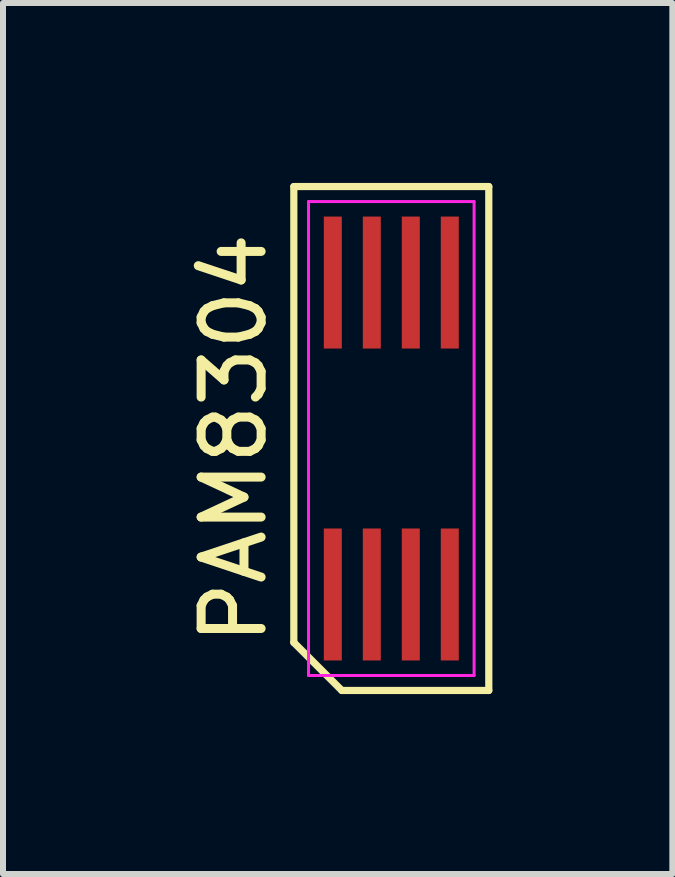
<source format=kicad_pcb>
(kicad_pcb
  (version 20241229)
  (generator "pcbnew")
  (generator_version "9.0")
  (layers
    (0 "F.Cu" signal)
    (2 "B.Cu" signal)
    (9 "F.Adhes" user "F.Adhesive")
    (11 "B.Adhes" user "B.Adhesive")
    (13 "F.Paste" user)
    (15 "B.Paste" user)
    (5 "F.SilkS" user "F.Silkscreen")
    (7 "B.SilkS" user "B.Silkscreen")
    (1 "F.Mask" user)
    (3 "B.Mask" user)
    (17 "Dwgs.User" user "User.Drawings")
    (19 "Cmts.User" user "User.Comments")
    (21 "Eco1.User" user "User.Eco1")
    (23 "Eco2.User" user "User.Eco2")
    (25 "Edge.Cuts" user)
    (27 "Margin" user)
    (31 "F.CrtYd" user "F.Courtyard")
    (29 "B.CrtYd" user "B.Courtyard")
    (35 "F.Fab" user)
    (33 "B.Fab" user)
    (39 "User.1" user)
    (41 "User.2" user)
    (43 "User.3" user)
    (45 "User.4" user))
  (footprint "PAM8304"
    (layer "F.Cu")
    (at 3.473 4.26)
    (property "Reference" "PAM8304" (at -2.625 0 90) (layer "F.SilkS") (effects (font (size 1 1) (thickness 0.15))))
    (attr smd)
    (fp_line (start -1.625 -4.2) (end 1.625 -4.2) (stroke (width 0.12) (type default)) (layer "F.SilkS"))
    (fp_line (start -1.625 3.4) (end -1.625 -4.2) (stroke (width 0.12) (type default)) (layer "F.SilkS"))
    (fp_line (start -0.825 4.2) (end -1.625 3.4) (stroke (width 0.12) (type default)) (layer "F.SilkS"))
    (fp_line (start 1.625 -4.2) (end 1.625 4.2) (stroke (width 0.12) (type default)) (layer "F.SilkS"))
    (fp_line (start 1.625 4.2) (end -0.825 4.2) (stroke (width 0.12) (type default)) (layer "F.SilkS"))
    (fp_line (start -1.38 -3.95) (end 1.38 -3.95) (stroke (width 0.05) (type default)) (layer "F.CrtYd"))
    (fp_line (start -1.38 3.95) (end -1.38 -3.95) (stroke (width 0.05) (type default)) (layer "F.CrtYd"))
    (fp_line (start 1.38 -3.95) (end 1.38 3.95) (stroke (width 0.05) (type default)) (layer "F.CrtYd"))
    (fp_line (start 1.38 3.95) (end -1.38 3.95) (stroke (width 0.05) (type default)) (layer "F.CrtYd"))
    (pad "1" smd rect (at -0.975 2.6) (size 0.3 2.2) (layers "F.Cu" "F.Mask" "F.Paste"))
    (pad "2" smd rect (at -0.325 2.6) (size 0.3 2.2) (layers "F.Cu" "F.Mask" "F.Paste"))
    (pad "3" smd rect (at 0.325 2.6) (size 0.3 2.2) (layers "F.Cu" "F.Mask" "F.Paste"))
    (pad "4" smd rect (at 0.975 2.6) (size 0.3 2.2) (layers "F.Cu" "F.Mask" "F.Paste"))
    (pad "5" smd rect (at 0.975 -2.6) (size 0.3 2.2) (layers "F.Cu" "F.Mask" "F.Paste"))
    (pad "6" smd rect (at 0.325 -2.6) (size 0.3 2.2) (layers "F.Cu" "F.Mask" "F.Paste"))
    (pad "7" smd rect (at -0.325 -2.6) (size 0.3 2.2) (layers "F.Cu" "F.Mask" "F.Paste"))
    (pad "8" smd rect (at -0.975 -2.6) (size 0.3 2.2) (layers "F.Cu" "F.Mask" "F.Paste")))
  (gr_rect
    (start -3 -3)
    (end 8.158 11.52)
    (stroke (width 0.1) (type default))
    (fill no)
    (layer "Edge.Cuts")))
</source>
